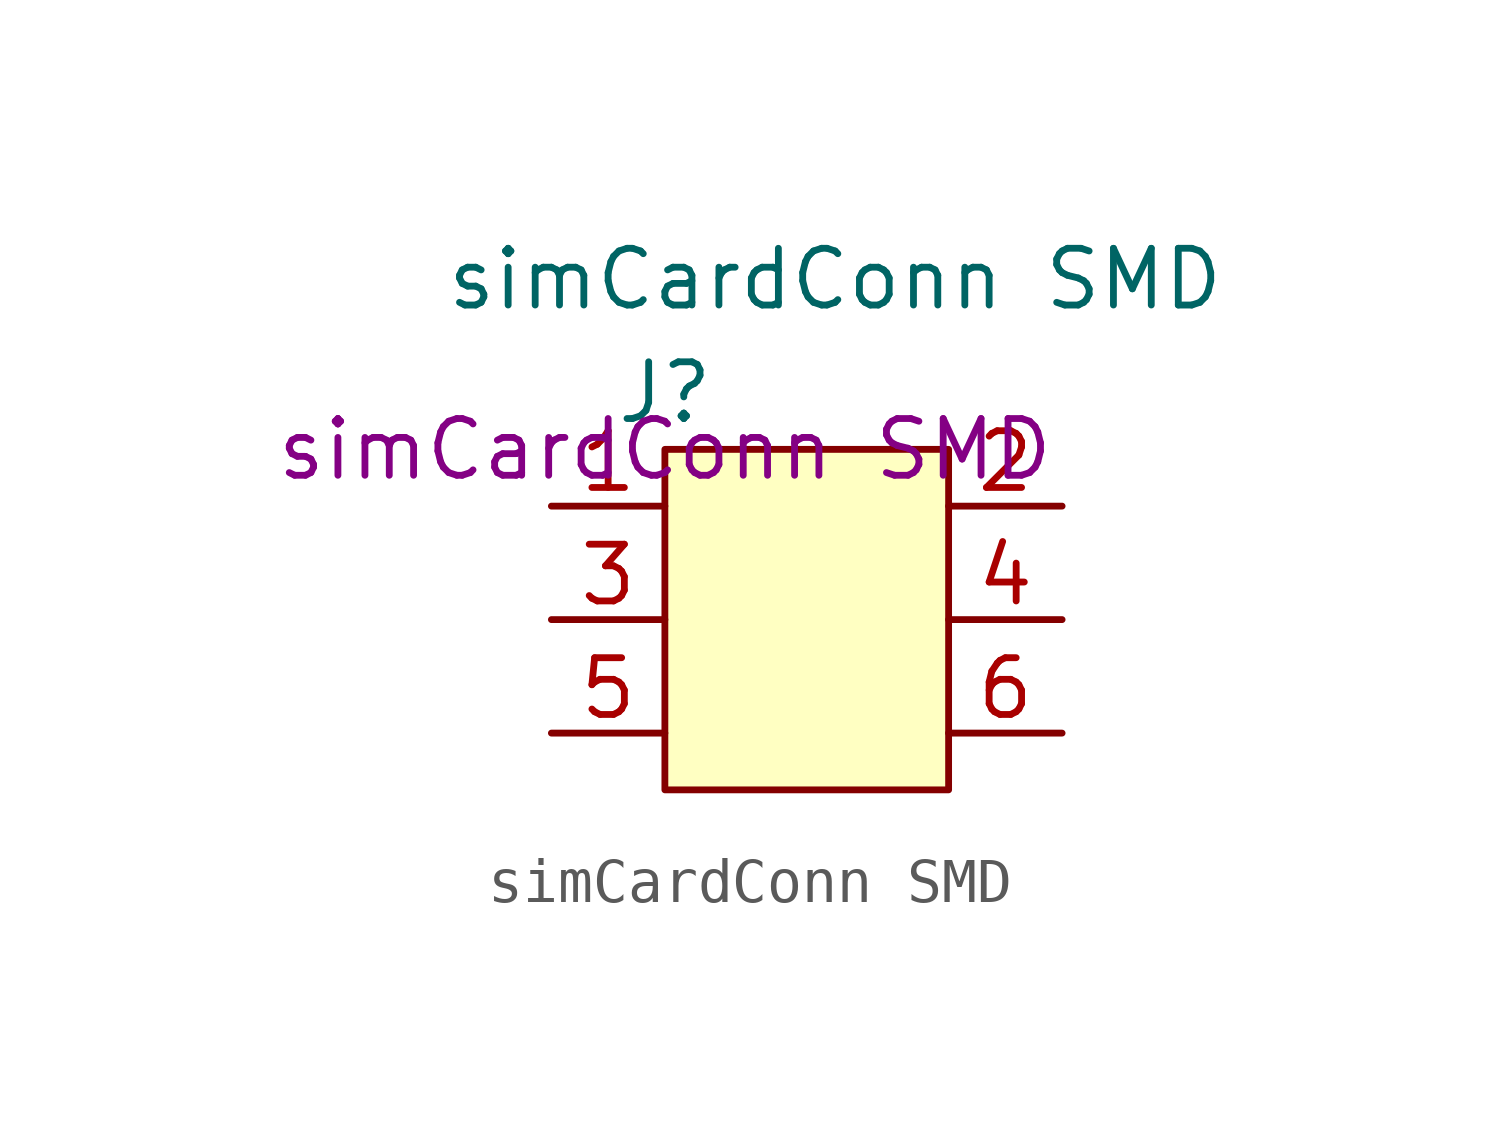
<source format=kicad_sym>
(kicad_symbol_lib
  (version 20241209)
  (generator "kicad_symbol_editor")
  (generator_version "9.0")
  (symbol "simCardConn SMD"
    (property "Reference" "J"
      (at 0 1.27 0)
      (effects (font (size 1.27 1.27))))
    (property "Value" "simCardConn SMD"
      (at 3.81 3.81 0)
      (effects (font (size 1.27 1.27))))
    (property "PartNumber" "simCardConn SMD"
      (at 0 0 0)
      (effects (font (size 1.27 1.27))))
    (symbol "simCardConn SMD_1_1"
      (rectangle (start 0 0) (end 6.35 -7.62) (stroke (width 0) (type default)) (fill (type background)))
      (pin passive line (at -2.54 -1.27 0) (length 2.54) (name "" (effects (font (size 1.27 1.27)))) (number "1" (effects (font (size 1.27 1.27)))))
      (pin passive line (at -2.54 -3.81 0) (length 2.54) (name "" (effects (font (size 1.27 1.27)))) (number "3" (effects (font (size 1.27 1.27)))))
      (pin passive line (at -2.54 -6.35 0) (length 2.54) (name "" (effects (font (size 1.27 1.27)))) (number "5" (effects (font (size 1.27 1.27)))))
      (pin passive line (at 8.89 -1.27 180) (length 2.54) (name "" (effects (font (size 1.27 1.27)))) (number "2" (effects (font (size 1.27 1.27)))))
      (pin passive line (at 8.89 -3.81 180) (length 2.54) (name "" (effects (font (size 1.27 1.27)))) (number "4" (effects (font (size 1.27 1.27)))))
      (pin passive line (at 8.89 -6.35 180) (length 2.54) (name "" (effects (font (size 1.27 1.27)))) (number "6" (effects (font (size 1.27 1.27))))))))
</source>
